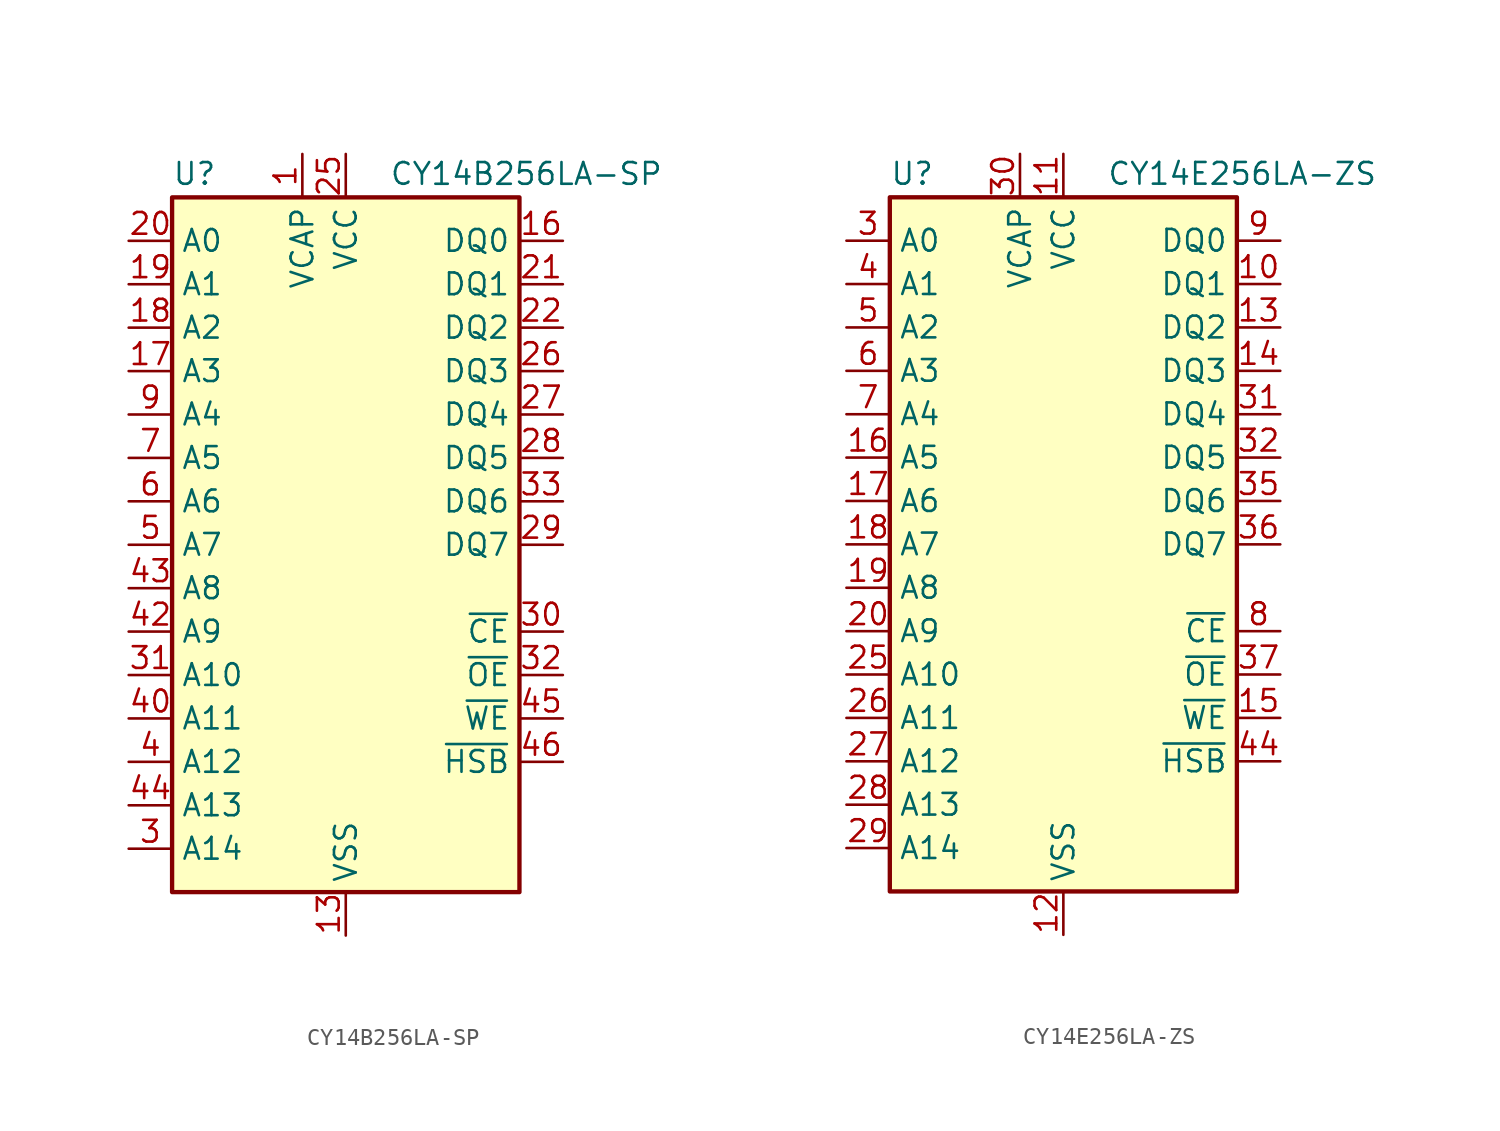
<source format=kicad_sym>
(kicad_symbol_lib
  (version 20231120)
  (generator "kicad_symbol_editor")
  (generator_version "8.0")
  (symbol "CY14B256LA-SP"
    (property "Reference" "U"
      (at -10.16 20.955 0)
      (effects (font (size 1.27 1.27)) (justify left bottom)))
    (property "Value" "CY14B256LA-SP"
      (at 2.54 20.955 0)
      (effects (font (size 1.27 1.27)) (justify left bottom)))
    (symbol "CY14B256LA-SP_0_0"
      (pin power_in line (at 0 -22.86 90) (length 2.54) (name "VSS" (effects (font (size 1.27 1.27)))) (number "13" (effects (font (size 1.27 1.27)))))
      (pin power_in line (at 0 22.86 270) (length 2.54) (name "VCC" (effects (font (size 1.27 1.27)))) (number "25" (effects (font (size 1.27 1.27)))))
      (pin passive line (at 0 -22.86 90) (length 2.54) hide (name "VSS" (effects (font (size 1.27 1.27)))) (number "36" (effects (font (size 1.27 1.27)))))
      (pin passive line (at 0 22.86 270) (length 2.54) hide (name "VCC" (effects (font (size 1.27 1.27)))) (number "48" (effects (font (size 1.27 1.27))))))
    (symbol "CY14B256LA-SP_0_1"
      (rectangle (start -10.16 20.32) (end 10.16 -20.32) (stroke (width 0.254) (type default)) (fill (type background))))
    (symbol "CY14B256LA-SP_1_1"
      (pin power_in line (at -2.54 22.86 270) (length 2.54) (name "VCAP" (effects (font (size 1.27 1.27)))) (number "1" (effects (font (size 1.27 1.27)))))
      (pin no_connect line (at -7.62 -20.32 90) (length 2.54) hide (name "NC" (effects (font (size 1.27 1.27)))) (number "10" (effects (font (size 1.27 1.27)))))
      (pin no_connect line (at -5.08 -20.32 90) (length 2.54) hide (name "NC" (effects (font (size 1.27 1.27)))) (number "11" (effects (font (size 1.27 1.27)))))
      (pin no_connect line (at -2.54 -20.32 90) (length 2.54) hide (name "NC" (effects (font (size 1.27 1.27)))) (number "12" (effects (font (size 1.27 1.27)))))
      (pin no_connect line (at 2.54 -20.32 90) (length 2.54) hide (name "NC" (effects (font (size 1.27 1.27)))) (number "14" (effects (font (size 1.27 1.27)))))
      (pin no_connect line (at 5.08 -20.32 90) (length 2.54) hide (name "NC" (effects (font (size 1.27 1.27)))) (number "15" (effects (font (size 1.27 1.27)))))
      (pin tri_state line (at 12.7 17.78 180) (length 2.54) (name "DQ0" (effects (font (size 1.27 1.27)))) (number "16" (effects (font (size 1.27 1.27)))))
      (pin input line (at -12.7 10.16 0) (length 2.54) (name "A3" (effects (font (size 1.27 1.27)))) (number "17" (effects (font (size 1.27 1.27)))))
      (pin input line (at -12.7 12.7 0) (length 2.54) (name "A2" (effects (font (size 1.27 1.27)))) (number "18" (effects (font (size 1.27 1.27)))))
      (pin input line (at -12.7 15.24 0) (length 2.54) (name "A1" (effects (font (size 1.27 1.27)))) (number "19" (effects (font (size 1.27 1.27)))))
      (pin no_connect line (at 10.16 -15.24 180) (length 2.54) hide (name "NC" (effects (font (size 1.27 1.27)))) (number "2" (effects (font (size 1.27 1.27)))))
      (pin input line (at -12.7 17.78 0) (length 2.54) (name "A0" (effects (font (size 1.27 1.27)))) (number "20" (effects (font (size 1.27 1.27)))))
      (pin tri_state line (at 12.7 15.24 180) (length 2.54) (name "DQ1" (effects (font (size 1.27 1.27)))) (number "21" (effects (font (size 1.27 1.27)))))
      (pin tri_state line (at 12.7 12.7 180) (length 2.54) (name "DQ2" (effects (font (size 1.27 1.27)))) (number "22" (effects (font (size 1.27 1.27)))))
      (pin no_connect line (at 7.62 -20.32 90) (length 2.54) hide (name "NC" (effects (font (size 1.27 1.27)))) (number "23" (effects (font (size 1.27 1.27)))))
      (pin no_connect line (at 10.16 -2.54 180) (length 2.54) hide (name "NC" (effects (font (size 1.27 1.27)))) (number "24" (effects (font (size 1.27 1.27)))))
      (pin tri_state line (at 12.7 10.16 180) (length 2.54) (name "DQ3" (effects (font (size 1.27 1.27)))) (number "26" (effects (font (size 1.27 1.27)))))
      (pin tri_state line (at 12.7 7.62 180) (length 2.54) (name "DQ4" (effects (font (size 1.27 1.27)))) (number "27" (effects (font (size 1.27 1.27)))))
      (pin tri_state line (at 12.7 5.08 180) (length 2.54) (name "DQ5" (effects (font (size 1.27 1.27)))) (number "28" (effects (font (size 1.27 1.27)))))
      (pin tri_state line (at 12.7 0 180) (length 2.54) (name "DQ7" (effects (font (size 1.27 1.27)))) (number "29" (effects (font (size 1.27 1.27)))))
      (pin input line (at -12.7 -17.78 0) (length 2.54) (name "A14" (effects (font (size 1.27 1.27)))) (number "3" (effects (font (size 1.27 1.27)))))
      (pin input line (at 12.7 -5.08 180) (length 2.54) (name "~{CE}" (effects (font (size 1.27 1.27)))) (number "30" (effects (font (size 1.27 1.27)))))
      (pin input line (at -12.7 -7.62 0) (length 2.54) (name "A10" (effects (font (size 1.27 1.27)))) (number "31" (effects (font (size 1.27 1.27)))))
      (pin input line (at 12.7 -7.62 180) (length 2.54) (name "~{OE}" (effects (font (size 1.27 1.27)))) (number "32" (effects (font (size 1.27 1.27)))))
      (pin tri_state line (at 12.7 2.54 180) (length 2.54) (name "DQ6" (effects (font (size 1.27 1.27)))) (number "33" (effects (font (size 1.27 1.27)))))
      (pin no_connect line (at 7.62 20.32 270) (length 2.54) hide (name "NC" (effects (font (size 1.27 1.27)))) (number "34" (effects (font (size 1.27 1.27)))))
      (pin no_connect line (at 5.08 20.32 270) (length 2.54) hide (name "NC" (effects (font (size 1.27 1.27)))) (number "35" (effects (font (size 1.27 1.27)))))
      (pin no_connect line (at 2.54 20.32 270) (length 2.54) hide (name "NC" (effects (font (size 1.27 1.27)))) (number "37" (effects (font (size 1.27 1.27)))))
      (pin no_connect line (at -3.81 20.32 270) (length 2.54) hide (name "NC" (effects (font (size 1.27 1.27)))) (number "38" (effects (font (size 1.27 1.27)))))
      (pin no_connect line (at -5.08 20.32 270) (length 2.54) hide (name "NC" (effects (font (size 1.27 1.27)))) (number "39" (effects (font (size 1.27 1.27)))))
      (pin input line (at -12.7 -12.7 0) (length 2.54) (name "A12" (effects (font (size 1.27 1.27)))) (number "4" (effects (font (size 1.27 1.27)))))
      (pin input line (at -12.7 -10.16 0) (length 2.54) (name "A11" (effects (font (size 1.27 1.27)))) (number "40" (effects (font (size 1.27 1.27)))))
      (pin no_connect line (at -6.35 20.32 270) (length 2.54) hide (name "NC" (effects (font (size 1.27 1.27)))) (number "41" (effects (font (size 1.27 1.27)))))
      (pin input line (at -12.7 -5.08 0) (length 2.54) (name "A9" (effects (font (size 1.27 1.27)))) (number "42" (effects (font (size 1.27 1.27)))))
      (pin input line (at -12.7 -2.54 0) (length 2.54) (name "A8" (effects (font (size 1.27 1.27)))) (number "43" (effects (font (size 1.27 1.27)))))
      (pin input line (at -12.7 -15.24 0) (length 2.54) (name "A13" (effects (font (size 1.27 1.27)))) (number "44" (effects (font (size 1.27 1.27)))))
      (pin input line (at 12.7 -10.16 180) (length 2.54) (name "~{WE}" (effects (font (size 1.27 1.27)))) (number "45" (effects (font (size 1.27 1.27)))))
      (pin bidirectional line (at 12.7 -12.7 180) (length 2.54) (name "~{HSB}" (effects (font (size 1.27 1.27)))) (number "46" (effects (font (size 1.27 1.27)))))
      (pin no_connect line (at -7.62 20.32 270) (length 2.54) hide (name "NC" (effects (font (size 1.27 1.27)))) (number "47" (effects (font (size 1.27 1.27)))))
      (pin input line (at -12.7 0 0) (length 2.54) (name "A7" (effects (font (size 1.27 1.27)))) (number "5" (effects (font (size 1.27 1.27)))))
      (pin input line (at -12.7 2.54 0) (length 2.54) (name "A6" (effects (font (size 1.27 1.27)))) (number "6" (effects (font (size 1.27 1.27)))))
      (pin input line (at -12.7 5.08 0) (length 2.54) (name "A5" (effects (font (size 1.27 1.27)))) (number "7" (effects (font (size 1.27 1.27)))))
      (pin no_connect line (at 10.16 -17.78 180) (length 2.54) hide (name "NC" (effects (font (size 1.27 1.27)))) (number "8" (effects (font (size 1.27 1.27)))))
      (pin input line (at -12.7 7.62 0) (length 2.54) (name "A4" (effects (font (size 1.27 1.27)))) (number "9" (effects (font (size 1.27 1.27)))))))
  (symbol "CY14E256LA-ZS"
    (property "Reference" "U"
      (at -10.16 20.955 0)
      (effects (font (size 1.27 1.27)) (justify left bottom)))
    (property "Value" "CY14E256LA-ZS"
      (at 2.54 20.955 0)
      (effects (font (size 1.27 1.27)) (justify left bottom)))
    (symbol "CY14E256LA-ZS_0_0"
      (pin power_in line (at 0 22.86 270) (length 2.54) (name "VCC" (effects (font (size 1.27 1.27)))) (number "11" (effects (font (size 1.27 1.27)))))
      (pin power_in line (at 0 -22.86 90) (length 2.54) (name "VSS" (effects (font (size 1.27 1.27)))) (number "12" (effects (font (size 1.27 1.27)))))
      (pin passive line (at 0 22.86 270) (length 2.54) hide (name "VCC" (effects (font (size 1.27 1.27)))) (number "33" (effects (font (size 1.27 1.27)))))
      (pin passive line (at 0 -22.86 90) (length 2.54) hide (name "VSS" (effects (font (size 1.27 1.27)))) (number "34" (effects (font (size 1.27 1.27))))))
    (symbol "CY14E256LA-ZS_0_1"
      (rectangle (start -10.16 20.32) (end 10.16 -20.32) (stroke (width 0.254) (type default)) (fill (type background))))
    (symbol "CY14E256LA-ZS_1_1"
      (pin no_connect line (at 10.16 -15.24 180) (length 2.54) hide (name "NC" (effects (font (size 1.27 1.27)))) (number "1" (effects (font (size 1.27 1.27)))))
      (pin tri_state line (at 12.7 15.24 180) (length 2.54) (name "DQ1" (effects (font (size 1.27 1.27)))) (number "10" (effects (font (size 1.27 1.27)))))
      (pin tri_state line (at 12.7 12.7 180) (length 2.54) (name "DQ2" (effects (font (size 1.27 1.27)))) (number "13" (effects (font (size 1.27 1.27)))))
      (pin tri_state line (at 12.7 10.16 180) (length 2.54) (name "DQ3" (effects (font (size 1.27 1.27)))) (number "14" (effects (font (size 1.27 1.27)))))
      (pin input line (at 12.7 -10.16 180) (length 2.54) (name "~{WE}" (effects (font (size 1.27 1.27)))) (number "15" (effects (font (size 1.27 1.27)))))
      (pin input line (at -12.7 5.08 0) (length 2.54) (name "A5" (effects (font (size 1.27 1.27)))) (number "16" (effects (font (size 1.27 1.27)))))
      (pin input line (at -12.7 2.54 0) (length 2.54) (name "A6" (effects (font (size 1.27 1.27)))) (number "17" (effects (font (size 1.27 1.27)))))
      (pin input line (at -12.7 0 0) (length 2.54) (name "A7" (effects (font (size 1.27 1.27)))) (number "18" (effects (font (size 1.27 1.27)))))
      (pin input line (at -12.7 -2.54 0) (length 2.54) (name "A8" (effects (font (size 1.27 1.27)))) (number "19" (effects (font (size 1.27 1.27)))))
      (pin no_connect line (at 10.16 -17.78 180) (length 2.54) hide (name "NC" (effects (font (size 1.27 1.27)))) (number "2" (effects (font (size 1.27 1.27)))))
      (pin input line (at -12.7 -5.08 0) (length 2.54) (name "A9" (effects (font (size 1.27 1.27)))) (number "20" (effects (font (size 1.27 1.27)))))
      (pin no_connect line (at -7.62 -20.32 90) (length 2.54) hide (name "NC" (effects (font (size 1.27 1.27)))) (number "21" (effects (font (size 1.27 1.27)))))
      (pin no_connect line (at -5.08 -20.32 90) (length 2.54) hide (name "NC" (effects (font (size 1.27 1.27)))) (number "22" (effects (font (size 1.27 1.27)))))
      (pin no_connect line (at -2.54 -20.32 90) (length 2.54) hide (name "NC" (effects (font (size 1.27 1.27)))) (number "23" (effects (font (size 1.27 1.27)))))
      (pin no_connect line (at 2.54 -20.32 90) (length 2.54) hide (name "NC" (effects (font (size 1.27 1.27)))) (number "24" (effects (font (size 1.27 1.27)))))
      (pin input line (at -12.7 -7.62 0) (length 2.54) (name "A10" (effects (font (size 1.27 1.27)))) (number "25" (effects (font (size 1.27 1.27)))))
      (pin input line (at -12.7 -10.16 0) (length 2.54) (name "A11" (effects (font (size 1.27 1.27)))) (number "26" (effects (font (size 1.27 1.27)))))
      (pin input line (at -12.7 -12.7 0) (length 2.54) (name "A12" (effects (font (size 1.27 1.27)))) (number "27" (effects (font (size 1.27 1.27)))))
      (pin input line (at -12.7 -15.24 0) (length 2.54) (name "A13" (effects (font (size 1.27 1.27)))) (number "28" (effects (font (size 1.27 1.27)))))
      (pin input line (at -12.7 -17.78 0) (length 2.54) (name "A14" (effects (font (size 1.27 1.27)))) (number "29" (effects (font (size 1.27 1.27)))))
      (pin input line (at -12.7 17.78 0) (length 2.54) (name "A0" (effects (font (size 1.27 1.27)))) (number "3" (effects (font (size 1.27 1.27)))))
      (pin power_in line (at -2.54 22.86 270) (length 2.54) (name "VCAP" (effects (font (size 1.27 1.27)))) (number "30" (effects (font (size 1.27 1.27)))))
      (pin tri_state line (at 12.7 7.62 180) (length 2.54) (name "DQ4" (effects (font (size 1.27 1.27)))) (number "31" (effects (font (size 1.27 1.27)))))
      (pin tri_state line (at 12.7 5.08 180) (length 2.54) (name "DQ5" (effects (font (size 1.27 1.27)))) (number "32" (effects (font (size 1.27 1.27)))))
      (pin tri_state line (at 12.7 2.54 180) (length 2.54) (name "DQ6" (effects (font (size 1.27 1.27)))) (number "35" (effects (font (size 1.27 1.27)))))
      (pin tri_state line (at 12.7 0 180) (length 2.54) (name "DQ7" (effects (font (size 1.27 1.27)))) (number "36" (effects (font (size 1.27 1.27)))))
      (pin input line (at 12.7 -7.62 180) (length 2.54) (name "~{OE}" (effects (font (size 1.27 1.27)))) (number "37" (effects (font (size 1.27 1.27)))))
      (pin no_connect line (at 5.08 -20.32 90) (length 2.54) hide (name "NC" (effects (font (size 1.27 1.27)))) (number "38" (effects (font (size 1.27 1.27)))))
      (pin no_connect line (at 7.62 -20.32 90) (length 2.54) hide (name "NC" (effects (font (size 1.27 1.27)))) (number "39" (effects (font (size 1.27 1.27)))))
      (pin input line (at -12.7 15.24 0) (length 2.54) (name "A1" (effects (font (size 1.27 1.27)))) (number "4" (effects (font (size 1.27 1.27)))))
      (pin no_connect line (at 10.16 -2.54 180) (length 2.54) hide (name "NC" (effects (font (size 1.27 1.27)))) (number "40" (effects (font (size 1.27 1.27)))))
      (pin no_connect line (at 7.62 20.32 270) (length 2.54) hide (name "NC" (effects (font (size 1.27 1.27)))) (number "41" (effects (font (size 1.27 1.27)))))
      (pin no_connect line (at 5.08 20.32 270) (length 2.54) hide (name "NC" (effects (font (size 1.27 1.27)))) (number "42" (effects (font (size 1.27 1.27)))))
      (pin no_connect line (at 2.54 20.32 270) (length 2.54) hide (name "NC" (effects (font (size 1.27 1.27)))) (number "43" (effects (font (size 1.27 1.27)))))
      (pin bidirectional line (at 12.7 -12.7 180) (length 2.54) (name "~{HSB}" (effects (font (size 1.27 1.27)))) (number "44" (effects (font (size 1.27 1.27)))))
      (pin input line (at -12.7 12.7 0) (length 2.54) (name "A2" (effects (font (size 1.27 1.27)))) (number "5" (effects (font (size 1.27 1.27)))))
      (pin input line (at -12.7 10.16 0) (length 2.54) (name "A3" (effects (font (size 1.27 1.27)))) (number "6" (effects (font (size 1.27 1.27)))))
      (pin input line (at -12.7 7.62 0) (length 2.54) (name "A4" (effects (font (size 1.27 1.27)))) (number "7" (effects (font (size 1.27 1.27)))))
      (pin input line (at 12.7 -5.08 180) (length 2.54) (name "~{CE}" (effects (font (size 1.27 1.27)))) (number "8" (effects (font (size 1.27 1.27)))))
      (pin tri_state line (at 12.7 17.78 180) (length 2.54) (name "DQ0" (effects (font (size 1.27 1.27)))) (number "9" (effects (font (size 1.27 1.27))))))))
</source>
